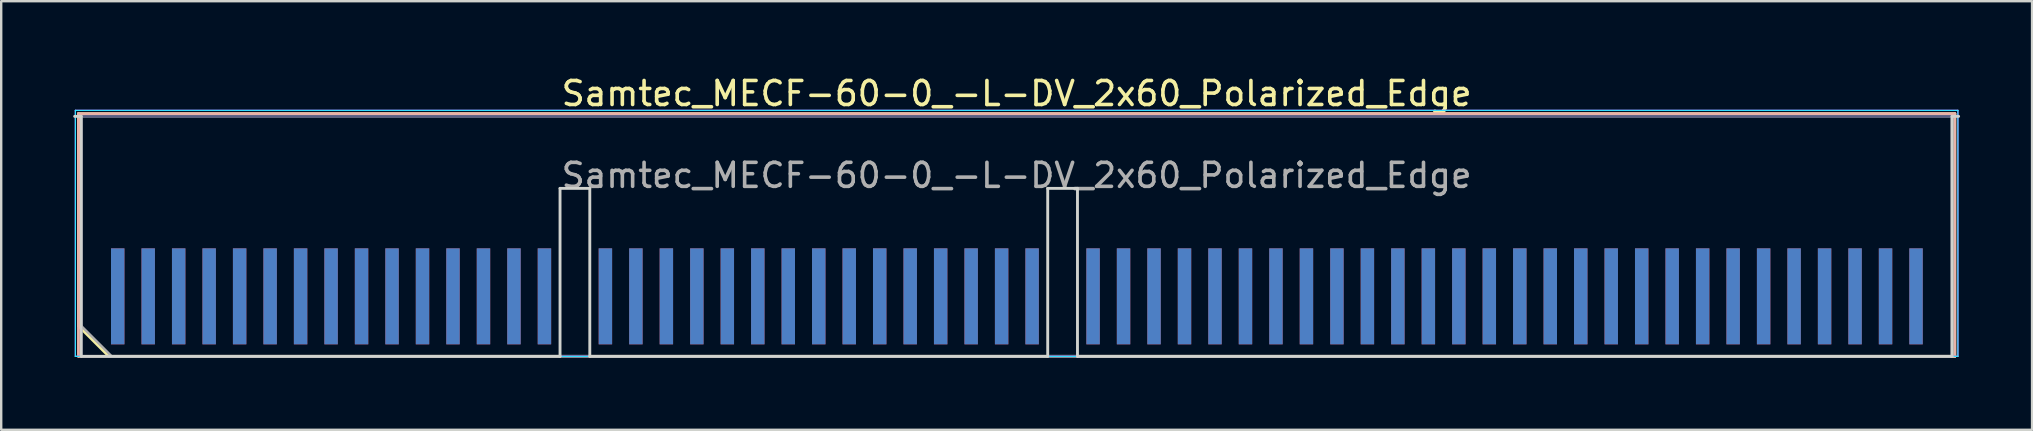
<source format=kicad_pcb>
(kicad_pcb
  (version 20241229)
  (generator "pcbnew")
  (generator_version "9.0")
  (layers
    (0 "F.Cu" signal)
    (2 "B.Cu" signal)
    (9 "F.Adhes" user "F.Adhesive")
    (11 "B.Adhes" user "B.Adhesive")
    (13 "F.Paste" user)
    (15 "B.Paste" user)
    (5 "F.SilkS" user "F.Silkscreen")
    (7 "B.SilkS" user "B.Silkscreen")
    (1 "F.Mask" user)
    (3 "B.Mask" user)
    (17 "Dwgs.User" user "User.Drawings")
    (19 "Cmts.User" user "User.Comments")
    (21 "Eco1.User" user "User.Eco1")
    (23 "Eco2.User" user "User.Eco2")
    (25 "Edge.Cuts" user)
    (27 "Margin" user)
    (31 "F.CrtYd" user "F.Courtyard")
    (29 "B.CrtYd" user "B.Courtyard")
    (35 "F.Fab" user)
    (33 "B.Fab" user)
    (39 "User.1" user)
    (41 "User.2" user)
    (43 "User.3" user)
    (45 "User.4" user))
  (footprint "Samtec_MECF-60-0_-L-DV_2x60_Polarized_Edge"
    (layer "F.Cu")
    (at 39.31 6.798)
    (property "Reference" "Samtec_MECF-60-0_-L-DV_2x60_Polarized_Edge" (at 0 -5.95 0) (layer "F.SilkS") (effects (font (size 1 1) (thickness 0.15))))
    (attr exclude_from_pos_files exclude_from_bom)
    (fp_line (start -39.09 -5.11) (end 39.09 -5.11) (stroke (width 0.12) (type solid)) (layer "F.SilkS"))
    (fp_line (start -39.09 3.73) (end -39.09 -5.11) (stroke (width 0.12) (type solid)) (layer "F.SilkS"))
    (fp_line (start -37.82 5) (end -39.09 3.73) (stroke (width 0.12) (type solid)) (layer "F.SilkS"))
    (fp_line (start -37.82 5) (end 39.09 5) (stroke (width 0.12) (type solid)) (layer "F.SilkS"))
    (fp_line (start 39.09 5) (end 39.09 -5.11) (stroke (width 0.12) (type solid)) (layer "F.SilkS"))
    (fp_line (start -39.09 -5.11) (end 39.09 -5.11) (stroke (width 0.12) (type solid)) (layer "B.SilkS"))
    (fp_line (start -39.09 5) (end -39.09 -5.11) (stroke (width 0.12) (type solid)) (layer "B.SilkS"))
    (fp_line (start -39.09 5) (end 39.09 5) (stroke (width 0.12) (type solid)) (layer "B.SilkS"))
    (fp_line (start 39.09 5) (end 39.09 -5.11) (stroke (width 0.12) (type solid)) (layer "B.SilkS"))
    (fp_line (start -39.25 -5) (end -38.975 -5) (stroke (width 0.12) (type solid)) (layer "Edge.Cuts"))
    (fp_line (start -38.975 5) (end -38.975 -5) (stroke (width 0.12) (type solid)) (layer "Edge.Cuts"))
    (fp_line (start -38.975 5) (end -19.025 5) (stroke (width 0.12) (type solid)) (layer "Edge.Cuts"))
    (fp_line (start -19.025 -2) (end -17.785 -2) (stroke (width 0.12) (type solid)) (layer "Edge.Cuts"))
    (fp_line (start -19.025 5) (end -19.025 -2) (stroke (width 0.12) (type solid)) (layer "Edge.Cuts"))
    (fp_line (start -17.785 5) (end -17.785 -2) (stroke (width 0.12) (type solid)) (layer "Edge.Cuts"))
    (fp_line (start -17.785 5) (end 1.295 5) (stroke (width 0.12) (type solid)) (layer "Edge.Cuts"))
    (fp_line (start 1.295 -2) (end 2.535 -2) (stroke (width 0.12) (type solid)) (layer "Edge.Cuts"))
    (fp_line (start 1.295 5) (end 1.295 -2) (stroke (width 0.12) (type solid)) (layer "Edge.Cuts"))
    (fp_line (start 2.535 5) (end 2.535 -2) (stroke (width 0.12) (type solid)) (layer "Edge.Cuts"))
    (fp_line (start 2.535 5) (end 38.975 5) (stroke (width 0.12) (type solid)) (layer "Edge.Cuts"))
    (fp_line (start 38.975 5) (end 38.975 -5) (stroke (width 0.12) (type solid)) (layer "Edge.Cuts"))
    (fp_line (start 39.25 -5) (end 38.975 -5) (stroke (width 0.12) (type solid)) (layer "Edge.Cuts"))
    (fp_line (start -39.22 -5.25) (end -39.22 5) (stroke (width 0.05) (type solid)) (layer "B.CrtYd"))
    (fp_line (start -39.22 5) (end 39.22 5) (stroke (width 0.05) (type solid)) (layer "B.CrtYd"))
    (fp_line (start 39.22 -5.25) (end -39.22 -5.25) (stroke (width 0.05) (type solid)) (layer "B.CrtYd"))
    (fp_line (start 39.22 5) (end 39.22 -5.25) (stroke (width 0.05) (type solid)) (layer "B.CrtYd"))
    (fp_line (start -39.22 -5.25) (end -39.22 5) (stroke (width 0.05) (type solid)) (layer "F.CrtYd"))
    (fp_line (start -39.22 5) (end 39.22 5) (stroke (width 0.05) (type solid)) (layer "F.CrtYd"))
    (fp_line (start 39.22 -5.25) (end -39.22 -5.25) (stroke (width 0.05) (type solid)) (layer "F.CrtYd"))
    (fp_line (start 39.22 5) (end 39.22 -5.25) (stroke (width 0.05) (type solid)) (layer "F.CrtYd"))
    (fp_line (start -38.975 -5) (end 38.975 -5) (stroke (width 0.1) (type solid)) (layer "B.Fab"))
    (fp_line (start -38.975 5) (end -38.975 -5) (stroke (width 0.1) (type solid)) (layer "B.Fab"))
    (fp_line (start -38.975 5) (end 38.975 5) (stroke (width 0.1) (type solid)) (layer "B.Fab"))
    (fp_line (start 38.975 5) (end 38.975 -5) (stroke (width 0.1) (type solid)) (layer "B.Fab"))
    (fp_line (start -38.975 -5) (end 38.975 -5) (stroke (width 0.1) (type solid)) (layer "F.Fab"))
    (fp_line (start -38.975 3.73) (end -38.975 -5) (stroke (width 0.1) (type solid)) (layer "F.Fab"))
    (fp_line (start -38.975 3.73) (end -37.705 5) (stroke (width 0.1) (type solid)) (layer "F.Fab"))
    (fp_line (start -37.705 5) (end 38.975 5) (stroke (width 0.1) (type solid)) (layer "F.Fab"))
    (fp_line (start 38.975 5) (end 38.975 -5) (stroke (width 0.1) (type solid)) (layer "F.Fab"))
    (fp_text user "${REFERENCE}" (at 0 -2.54 0) (layer "F.Fab") (effects (font (size 1 1) (thickness 0.15))))
    (pad "1" smd rect (at -37.455 2.5) (size 0.56 4) (layers "F.Cu" "F.Mask" "F.Paste"))
    (pad "2" smd rect (at -37.455 2.5) (size 0.56 4) (layers "B.Cu" "B.Mask" "B.Paste"))
    (pad "3" smd rect (at -36.185 2.5) (size 0.56 4) (layers "F.Cu" "F.Mask" "F.Paste"))
    (pad "4" smd rect (at -36.185 2.5) (size 0.56 4) (layers "B.Cu" "B.Mask" "B.Paste"))
    (pad "5" smd rect (at -34.915 2.5) (size 0.56 4) (layers "F.Cu" "F.Mask" "F.Paste"))
    (pad "6" smd rect (at -34.915 2.5) (size 0.56 4) (layers "B.Cu" "B.Mask" "B.Paste"))
    (pad "7" smd rect (at -33.645 2.5) (size 0.56 4) (layers "F.Cu" "F.Mask" "F.Paste"))
    (pad "8" smd rect (at -33.645 2.5) (size 0.56 4) (layers "B.Cu" "B.Mask" "B.Paste"))
    (pad "9" smd rect (at -32.375 2.5) (size 0.56 4) (layers "F.Cu" "F.Mask" "F.Paste"))
    (pad "10" smd rect (at -32.375 2.5) (size 0.56 4) (layers "B.Cu" "B.Mask" "B.Paste"))
    (pad "11" smd rect (at -31.105 2.5) (size 0.56 4) (layers "F.Cu" "F.Mask" "F.Paste"))
    (pad "12" smd rect (at -31.105 2.5) (size 0.56 4) (layers "B.Cu" "B.Mask" "B.Paste"))
    (pad "13" smd rect (at -29.835 2.5) (size 0.56 4) (layers "F.Cu" "F.Mask" "F.Paste"))
    (pad "14" smd rect (at -29.835 2.5) (size 0.56 4) (layers "B.Cu" "B.Mask" "B.Paste"))
    (pad "15" smd rect (at -28.565 2.5) (size 0.56 4) (layers "F.Cu" "F.Mask" "F.Paste"))
    (pad "16" smd rect (at -28.565 2.5) (size 0.56 4) (layers "B.Cu" "B.Mask" "B.Paste"))
    (pad "17" smd rect (at -27.295 2.5) (size 0.56 4) (layers "F.Cu" "F.Mask" "F.Paste"))
    (pad "18" smd rect (at -27.295 2.5) (size 0.56 4) (layers "B.Cu" "B.Mask" "B.Paste"))
    (pad "19" smd rect (at -26.025 2.5) (size 0.56 4) (layers "F.Cu" "F.Mask" "F.Paste"))
    (pad "20" smd rect (at -26.025 2.5) (size 0.56 4) (layers "B.Cu" "B.Mask" "B.Paste"))
    (pad "21" smd rect (at -24.755 2.5) (size 0.56 4) (layers "F.Cu" "F.Mask" "F.Paste"))
    (pad "22" smd rect (at -24.755 2.5) (size 0.56 4) (layers "B.Cu" "B.Mask" "B.Paste"))
    (pad "23" smd rect (at -23.485 2.5) (size 0.56 4) (layers "F.Cu" "F.Mask" "F.Paste"))
    (pad "24" smd rect (at -23.485 2.5) (size 0.56 4) (layers "B.Cu" "B.Mask" "B.Paste"))
    (pad "25" smd rect (at -22.215 2.5) (size 0.56 4) (layers "F.Cu" "F.Mask" "F.Paste"))
    (pad "26" smd rect (at -22.215 2.5) (size 0.56 4) (layers "B.Cu" "B.Mask" "B.Paste"))
    (pad "27" smd rect (at -20.945 2.5) (size 0.56 4) (layers "F.Cu" "F.Mask" "F.Paste"))
    (pad "28" smd rect (at -20.945 2.5) (size 0.56 4) (layers "B.Cu" "B.Mask" "B.Paste"))
    (pad "29" smd rect (at -19.675 2.5) (size 0.56 4) (layers "F.Cu" "F.Mask" "F.Paste"))
    (pad "30" smd rect (at -19.675 2.5) (size 0.56 4) (layers "B.Cu" "B.Mask" "B.Paste"))
    (pad "33" smd rect (at -17.135 2.5) (size 0.56 4) (layers "F.Cu" "F.Mask" "F.Paste"))
    (pad "34" smd rect (at -17.135 2.5) (size 0.56 4) (layers "B.Cu" "B.Mask" "B.Paste"))
    (pad "35" smd rect (at -15.865 2.5) (size 0.56 4) (layers "F.Cu" "F.Mask" "F.Paste"))
    (pad "36" smd rect (at -15.865 2.5) (size 0.56 4) (layers "B.Cu" "B.Mask" "B.Paste"))
    (pad "37" smd rect (at -14.595 2.5) (size 0.56 4) (layers "F.Cu" "F.Mask" "F.Paste"))
    (pad "38" smd rect (at -14.595 2.5) (size 0.56 4) (layers "B.Cu" "B.Mask" "B.Paste"))
    (pad "39" smd rect (at -13.325 2.5) (size 0.56 4) (layers "F.Cu" "F.Mask" "F.Paste"))
    (pad "40" smd rect (at -13.325 2.5) (size 0.56 4) (layers "B.Cu" "B.Mask" "B.Paste"))
    (pad "41" smd rect (at -12.055 2.5) (size 0.56 4) (layers "F.Cu" "F.Mask" "F.Paste"))
    (pad "42" smd rect (at -12.055 2.5) (size 0.56 4) (layers "B.Cu" "B.Mask" "B.Paste"))
    (pad "43" smd rect (at -10.785 2.5) (size 0.56 4) (layers "F.Cu" "F.Mask" "F.Paste"))
    (pad "44" smd rect (at -10.785 2.5) (size 0.56 4) (layers "B.Cu" "B.Mask" "B.Paste"))
    (pad "45" smd rect (at -9.515 2.5) (size 0.56 4) (layers "F.Cu" "F.Mask" "F.Paste"))
    (pad "46" smd rect (at -9.515 2.5) (size 0.56 4) (layers "B.Cu" "B.Mask" "B.Paste"))
    (pad "47" smd rect (at -8.245 2.5) (size 0.56 4) (layers "F.Cu" "F.Mask" "F.Paste"))
    (pad "48" smd rect (at -8.245 2.5) (size 0.56 4) (layers "B.Cu" "B.Mask" "B.Paste"))
    (pad "49" smd rect (at -6.975 2.5) (size 0.56 4) (layers "F.Cu" "F.Mask" "F.Paste"))
    (pad "50" smd rect (at -6.975 2.5) (size 0.56 4) (layers "B.Cu" "B.Mask" "B.Paste"))
    (pad "51" smd rect (at -5.705 2.5) (size 0.56 4) (layers "F.Cu" "F.Mask" "F.Paste"))
    (pad "52" smd rect (at -5.705 2.5) (size 0.56 4) (layers "B.Cu" "B.Mask" "B.Paste"))
    (pad "53" smd rect (at -4.435 2.5) (size 0.56 4) (layers "F.Cu" "F.Mask" "F.Paste"))
    (pad "54" smd rect (at -4.435 2.5) (size 0.56 4) (layers "B.Cu" "B.Mask" "B.Paste"))
    (pad "55" smd rect (at -3.165 2.5) (size 0.56 4) (layers "F.Cu" "F.Mask" "F.Paste"))
    (pad "56" smd rect (at -3.165 2.5) (size 0.56 4) (layers "B.Cu" "B.Mask" "B.Paste"))
    (pad "57" smd rect (at -1.895 2.5) (size 0.56 4) (layers "F.Cu" "F.Mask" "F.Paste"))
    (pad "58" smd rect (at -1.895 2.5) (size 0.56 4) (layers "B.Cu" "B.Mask" "B.Paste"))
    (pad "59" smd rect (at -0.625 2.5) (size 0.56 4) (layers "F.Cu" "F.Mask" "F.Paste"))
    (pad "60" smd rect (at -0.625 2.5) (size 0.56 4) (layers "B.Cu" "B.Mask" "B.Paste"))
    (pad "61" smd rect (at 0.645 2.5) (size 0.56 4) (layers "F.Cu" "F.Mask" "F.Paste"))
    (pad "62" smd rect (at 0.645 2.5) (size 0.56 4) (layers "B.Cu" "B.Mask" "B.Paste"))
    (pad "65" smd rect (at 3.185 2.5) (size 0.56 4) (layers "F.Cu" "F.Mask" "F.Paste"))
    (pad "66" smd rect (at 3.185 2.5) (size 0.56 4) (layers "B.Cu" "B.Mask" "B.Paste"))
    (pad "67" smd rect (at 4.455 2.5) (size 0.56 4) (layers "F.Cu" "F.Mask" "F.Paste"))
    (pad "68" smd rect (at 4.455 2.5) (size 0.56 4) (layers "B.Cu" "B.Mask" "B.Paste"))
    (pad "69" smd rect (at 5.725 2.5) (size 0.56 4) (layers "F.Cu" "F.Mask" "F.Paste"))
    (pad "70" smd rect (at 5.725 2.5) (size 0.56 4) (layers "B.Cu" "B.Mask" "B.Paste"))
    (pad "71" smd rect (at 6.995 2.5) (size 0.56 4) (layers "F.Cu" "F.Mask" "F.Paste"))
    (pad "72" smd rect (at 6.995 2.5) (size 0.56 4) (layers "B.Cu" "B.Mask" "B.Paste"))
    (pad "73" smd rect (at 8.265 2.5) (size 0.56 4) (layers "F.Cu" "F.Mask" "F.Paste"))
    (pad "74" smd rect (at 8.265 2.5) (size 0.56 4) (layers "B.Cu" "B.Mask" "B.Paste"))
    (pad "75" smd rect (at 9.535 2.5) (size 0.56 4) (layers "F.Cu" "F.Mask" "F.Paste"))
    (pad "76" smd rect (at 9.535 2.5) (size 0.56 4) (layers "B.Cu" "B.Mask" "B.Paste"))
    (pad "77" smd rect (at 10.805 2.5) (size 0.56 4) (layers "F.Cu" "F.Mask" "F.Paste"))
    (pad "78" smd rect (at 10.805 2.5) (size 0.56 4) (layers "B.Cu" "B.Mask" "B.Paste"))
    (pad "79" smd rect (at 12.075 2.5) (size 0.56 4) (layers "F.Cu" "F.Mask" "F.Paste"))
    (pad "80" smd rect (at 12.075 2.5) (size 0.56 4) (layers "B.Cu" "B.Mask" "B.Paste"))
    (pad "81" smd rect (at 13.345 2.5) (size 0.56 4) (layers "F.Cu" "F.Mask" "F.Paste"))
    (pad "82" smd rect (at 13.345 2.5) (size 0.56 4) (layers "B.Cu" "B.Mask" "B.Paste"))
    (pad "83" smd rect (at 14.615 2.5) (size 0.56 4) (layers "F.Cu" "F.Mask" "F.Paste"))
    (pad "84" smd rect (at 14.615 2.5) (size 0.56 4) (layers "B.Cu" "B.Mask" "B.Paste"))
    (pad "85" smd rect (at 15.885 2.5) (size 0.56 4) (layers "F.Cu" "F.Mask" "F.Paste"))
    (pad "86" smd rect (at 15.885 2.5) (size 0.56 4) (layers "B.Cu" "B.Mask" "B.Paste"))
    (pad "87" smd rect (at 17.155 2.5) (size 0.56 4) (layers "F.Cu" "F.Mask" "F.Paste"))
    (pad "88" smd rect (at 17.155 2.5) (size 0.56 4) (layers "B.Cu" "B.Mask" "B.Paste"))
    (pad "89" smd rect (at 18.425 2.5) (size 0.56 4) (layers "F.Cu" "F.Mask" "F.Paste"))
    (pad "90" smd rect (at 18.425 2.5) (size 0.56 4) (layers "B.Cu" "B.Mask" "B.Paste"))
    (pad "91" smd rect (at 19.695 2.5) (size 0.56 4) (layers "F.Cu" "F.Mask" "F.Paste"))
    (pad "92" smd rect (at 19.695 2.5) (size 0.56 4) (layers "B.Cu" "B.Mask" "B.Paste"))
    (pad "93" smd rect (at 20.965 2.5) (size 0.56 4) (layers "F.Cu" "F.Mask" "F.Paste"))
    (pad "94" smd rect (at 20.965 2.5) (size 0.56 4) (layers "B.Cu" "B.Mask" "B.Paste"))
    (pad "95" smd rect (at 22.235 2.5) (size 0.56 4) (layers "F.Cu" "F.Mask" "F.Paste"))
    (pad "96" smd rect (at 22.235 2.5) (size 0.56 4) (layers "B.Cu" "B.Mask" "B.Paste"))
    (pad "97" smd rect (at 23.505 2.5) (size 0.56 4) (layers "F.Cu" "F.Mask" "F.Paste"))
    (pad "98" smd rect (at 23.505 2.5) (size 0.56 4) (layers "B.Cu" "B.Mask" "B.Paste"))
    (pad "99" smd rect (at 24.775 2.5) (size 0.56 4) (layers "F.Cu" "F.Mask" "F.Paste"))
    (pad "100" smd rect (at 24.775 2.5) (size 0.56 4) (layers "B.Cu" "B.Mask" "B.Paste"))
    (pad "101" smd rect (at 26.045 2.5) (size 0.56 4) (layers "F.Cu" "F.Mask" "F.Paste"))
    (pad "102" smd rect (at 26.045 2.5) (size 0.56 4) (layers "B.Cu" "B.Mask" "B.Paste"))
    (pad "103" smd rect (at 27.315 2.5) (size 0.56 4) (layers "F.Cu" "F.Mask" "F.Paste"))
    (pad "104" smd rect (at 27.315 2.5) (size 0.56 4) (layers "B.Cu" "B.Mask" "B.Paste"))
    (pad "105" smd rect (at 28.585 2.5) (size 0.56 4) (layers "F.Cu" "F.Mask" "F.Paste"))
    (pad "106" smd rect (at 28.585 2.5) (size 0.56 4) (layers "B.Cu" "B.Mask" "B.Paste"))
    (pad "107" smd rect (at 29.855 2.5) (size 0.56 4) (layers "F.Cu" "F.Mask" "F.Paste"))
    (pad "108" smd rect (at 29.855 2.5) (size 0.56 4) (layers "B.Cu" "B.Mask" "B.Paste"))
    (pad "109" smd rect (at 31.125 2.5) (size 0.56 4) (layers "F.Cu" "F.Mask" "F.Paste"))
    (pad "110" smd rect (at 31.125 2.5) (size 0.56 4) (layers "B.Cu" "B.Mask" "B.Paste"))
    (pad "111" smd rect (at 32.395 2.5) (size 0.56 4) (layers "F.Cu" "F.Mask" "F.Paste"))
    (pad "112" smd rect (at 32.395 2.5) (size 0.56 4) (layers "B.Cu" "B.Mask" "B.Paste"))
    (pad "113" smd rect (at 33.665 2.5) (size 0.56 4) (layers "F.Cu" "F.Mask" "F.Paste"))
    (pad "114" smd rect (at 33.665 2.5) (size 0.56 4) (layers "B.Cu" "B.Mask" "B.Paste"))
    (pad "115" smd rect (at 34.935 2.5) (size 0.56 4) (layers "F.Cu" "F.Mask" "F.Paste"))
    (pad "116" smd rect (at 34.935 2.5) (size 0.56 4) (layers "B.Cu" "B.Mask" "B.Paste"))
    (pad "117" smd rect (at 36.205 2.5) (size 0.56 4) (layers "F.Cu" "F.Mask" "F.Paste"))
    (pad "118" smd rect (at 36.205 2.5) (size 0.56 4) (layers "B.Cu" "B.Mask" "B.Paste"))
    (pad "119" smd rect (at 37.475 2.5) (size 0.56 4) (layers "F.Cu" "F.Mask" "F.Paste"))
    (pad "120" smd rect (at 37.475 2.5) (size 0.56 4) (layers "B.Cu" "B.Mask" "B.Paste")))
  (gr_rect
    (start -3 -3)
    (end 81.62 14.858)
    (stroke (width 0.1) (type default))
    (fill no)
    (layer "Edge.Cuts")))
</source>
